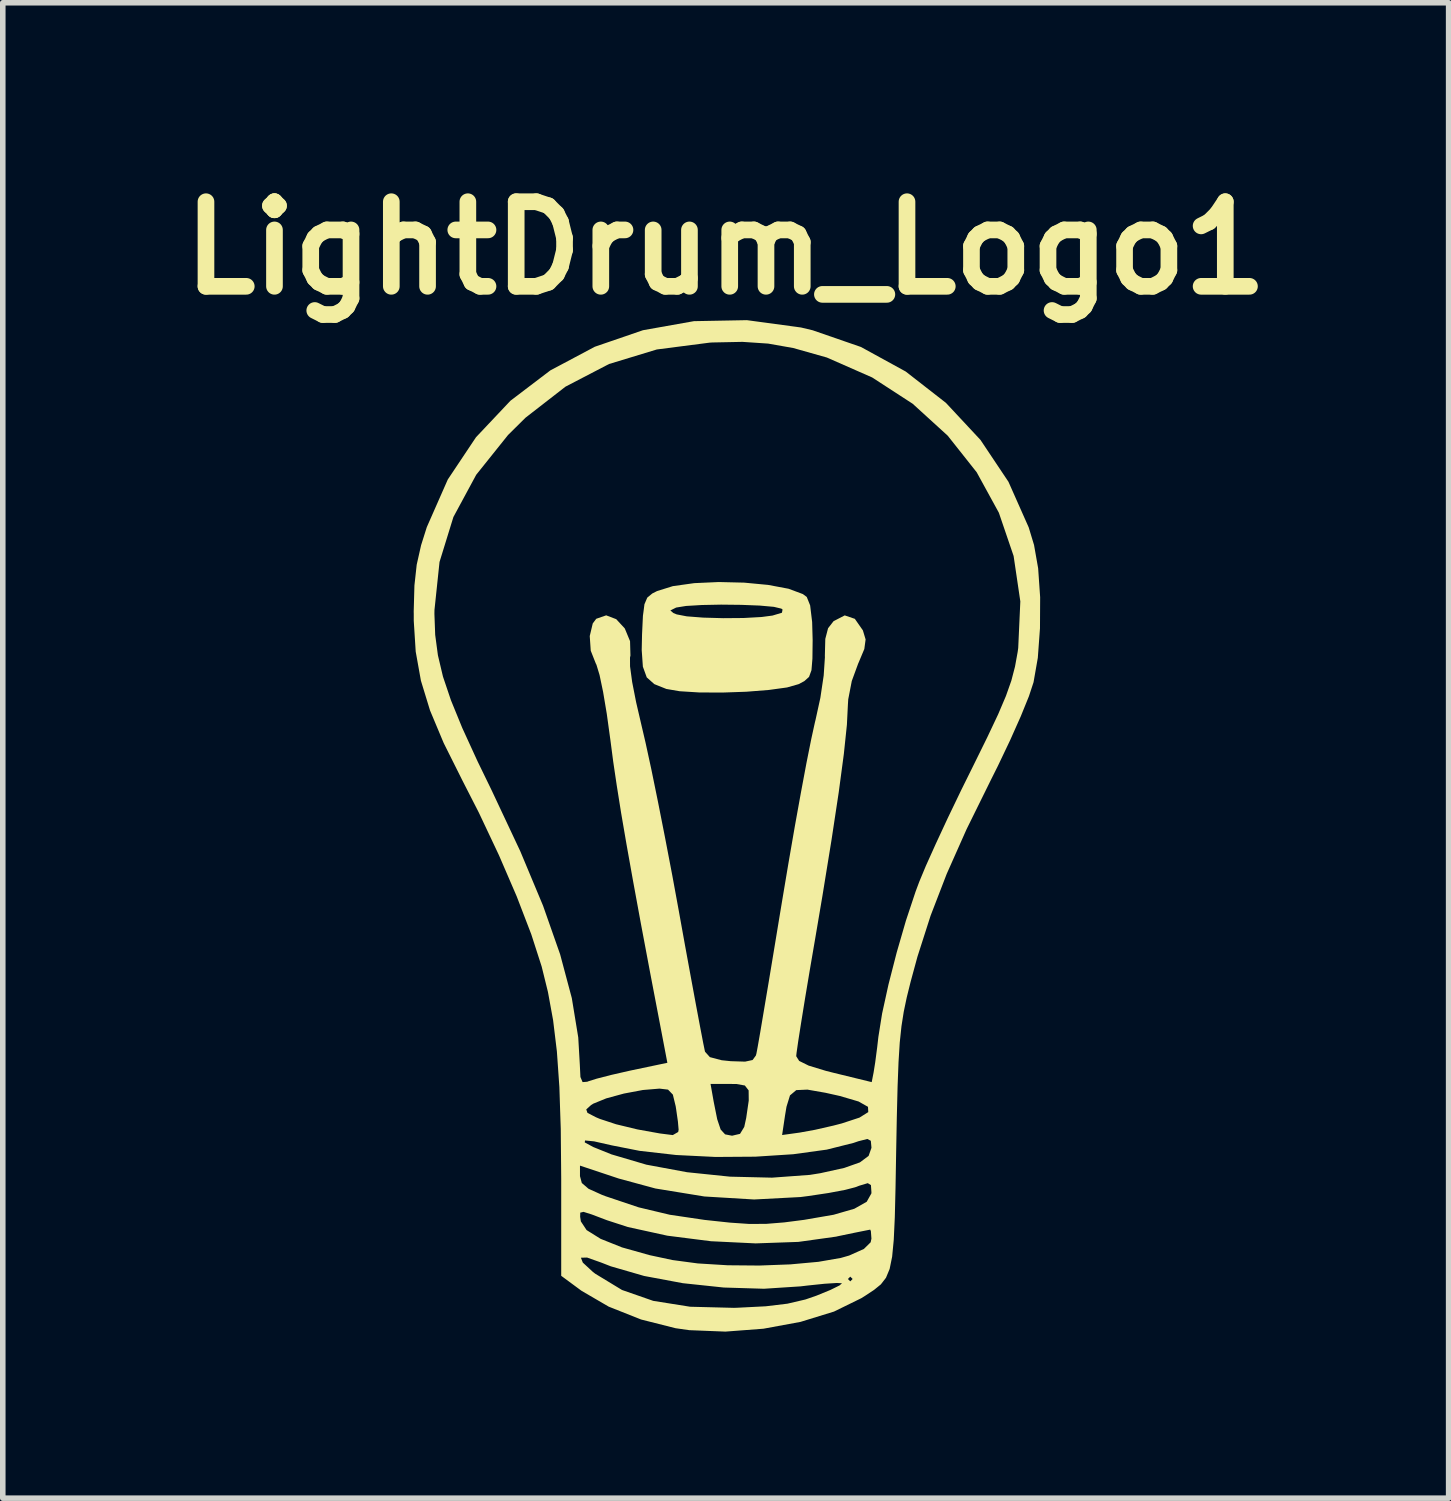
<source format=kicad_pcb>
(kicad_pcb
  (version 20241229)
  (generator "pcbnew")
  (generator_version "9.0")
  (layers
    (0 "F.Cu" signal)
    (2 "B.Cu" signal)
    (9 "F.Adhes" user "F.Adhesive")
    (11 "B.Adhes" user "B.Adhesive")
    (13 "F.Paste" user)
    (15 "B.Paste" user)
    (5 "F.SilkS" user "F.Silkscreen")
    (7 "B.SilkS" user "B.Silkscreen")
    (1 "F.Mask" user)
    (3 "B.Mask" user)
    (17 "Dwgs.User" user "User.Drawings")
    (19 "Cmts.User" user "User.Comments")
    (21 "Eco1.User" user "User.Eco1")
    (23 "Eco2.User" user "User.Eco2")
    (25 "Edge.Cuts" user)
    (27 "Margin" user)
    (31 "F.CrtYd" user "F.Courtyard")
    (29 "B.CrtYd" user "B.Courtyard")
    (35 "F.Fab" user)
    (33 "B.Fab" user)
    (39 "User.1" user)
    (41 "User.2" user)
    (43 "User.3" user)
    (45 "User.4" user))
  (footprint "LightDrum_Logo1"
    (layer "F.Cu")
    (at 10.022 11.818)
    (property "Reference" "LightDrum_Logo1" (at 0 -10.4 0) (layer "F.SilkS") (effects (font (size 1.524 1.524) (thickness 0.3))))
    (attr board_only exclude_from_pos_files exclude_from_bom)
    (fp_poly (pts (xy 0.333 -4.373) (xy 0.765 -4.332) (xy 1.132 -4.263) (xy 1.39 -4.167) (xy 1.46 -4.115) (xy 1.521 -3.963) (xy 1.557 -3.664) (xy 1.566 -3.339) (xy 1.562 -3.003) (xy 1.545 -2.796) (xy 1.501 -2.675) (xy 1.416 -2.599) (xy 1.312 -2.544) (xy 1.105 -2.485) (xy 0.777 -2.44) (xy 0.372 -2.408) (xy -0.061 -2.393) (xy -0.478 -2.395) (xy -0.83 -2.417) (xy -1.069 -2.458) (xy -1.286 -2.545) (xy -1.422 -2.666) (xy -1.492 -2.859) (xy -1.513 -3.159) (xy -1.507 -3.441) (xy -1.491 -3.776) (xy -1.478 -3.872) (xy -0.997 -3.872) (xy -0.943 -3.826) (xy -0.883 -3.801) (xy -0.702 -3.766) (xy -0.406 -3.743) (xy -0.047 -3.733) (xy 0.322 -3.736) (xy 0.646 -3.754) (xy 0.843 -3.78) (xy 1.013 -3.831) (xy 1.024 -3.889) (xy 1.002 -3.905) (xy 0.868 -3.937) (xy 0.612 -3.96) (xy 0.279 -3.973) (xy -0.084 -3.977) (xy -0.43 -3.97) (xy -0.714 -3.953) (xy -0.888 -3.925) (xy -0.897 -3.922) (xy -0.997 -3.872) (xy -1.478 -3.872) (xy -1.464 -3.983) (xy -1.413 -4.103) (xy -1.322 -4.178) (xy -1.237 -4.221) (xy -0.952 -4.31) (xy -0.567 -4.364) (xy -0.125 -4.384)) (stroke (width 0) (type solid)) (fill yes) (layer "F.SilkS"))
    (fp_poly (pts (xy 1.356 -8.969) (xy 1.566 -8.919) (xy 2.436 -8.618) (xy 3.242 -8.176) (xy 3.966 -7.612) (xy 4.589 -6.944) (xy 5.093 -6.19) (xy 5.458 -5.368) (xy 5.554 -5.051) (xy 5.628 -4.631) (xy 5.664 -4.11) (xy 5.661 -3.551) (xy 5.622 -3.019) (xy 5.545 -2.579) (xy 5.462 -2.327) (xy 5.315 -1.965) (xy 5.123 -1.534) (xy 4.903 -1.072) (xy 4.783 -0.832) (xy 4.339 0.068) (xy 3.981 0.873) (xy 3.691 1.625) (xy 3.454 2.364) (xy 3.331 2.816) (xy 3.261 3.098) (xy 3.207 3.356) (xy 3.166 3.617) (xy 3.135 3.91) (xy 3.113 4.263) (xy 3.096 4.705) (xy 3.082 5.264) (xy 3.071 5.842) (xy 3.059 6.524) (xy 3.046 7.057) (xy 3.027 7.465) (xy 2.998 7.768) (xy 2.953 7.989) (xy 2.887 8.148) (xy 2.795 8.267) (xy 2.672 8.367) (xy 2.513 8.472) (xy 2.441 8.517) (xy 1.951 8.757) (xy 1.347 8.943) (xy 0.679 9.066) (xy -0.005 9.118) (xy -0.656 9.092) (xy -0.902 9.057) (xy -1.524 8.9) (xy -2.108 8.668) (xy -2.592 8.386) (xy -2.608 8.375) (xy -2.963 8.113) (xy -2.963 7.787) (xy -2.608 7.787) (xy -2.574 7.875) (xy -2.393 8.042) (xy -2.349 8.076) (xy -1.868 8.368) (xy -1.306 8.564) (xy -0.641 8.67) (xy 0.149 8.69) (xy 0.212 8.688) (xy 0.721 8.662) (xy 1.112 8.615) (xy 1.437 8.539) (xy 1.636 8.47) (xy 1.885 8.368) (xy 2.051 8.286) (xy 2.095 8.247) (xy 2.001 8.242) (xy 1.781 8.256) (xy 1.475 8.288) (xy 1.348 8.303) (xy 0.689 8.346) (xy -0.035 8.324) (xy -0.772 8.246) (xy -1.178 8.17) (xy 2.201 8.17) (xy 2.244 8.213) (xy 2.286 8.17) (xy 2.244 8.128) (xy 2.201 8.17) (xy -1.178 8.17) (xy -1.468 8.116) (xy -2.069 7.942) (xy -2.246 7.873) (xy -2.497 7.784) (xy -2.608 7.787) (xy -2.963 7.787) (xy -2.963 7.049) (xy -2.622 7.049) (xy -2.609 7.133) (xy -2.506 7.289) (xy -2.253 7.447) (xy -1.868 7.601) (xy -1.37 7.741) (xy -0.959 7.829) (xy -0.502 7.89) (xy 0.035 7.923) (xy 0.605 7.928) (xy 1.165 7.907) (xy 1.669 7.861) (xy 2.073 7.791) (xy 2.223 7.748) (xy 2.489 7.629) (xy 2.611 7.509) (xy 2.625 7.443) (xy 2.615 7.309) (xy 2.603 7.281) (xy 2.517 7.298) (xy 2.308 7.34) (xy 2.02 7.4) (xy 1.99 7.407) (xy 1.309 7.502) (xy 0.539 7.529) (xy -0.266 7.49) (xy -1.052 7.39) (xy -1.763 7.234) (xy -2.138 7.112) (xy -2.412 7.008) (xy -2.561 6.961) (xy -2.62 6.975) (xy -2.622 7.049) (xy -2.963 7.049) (xy -2.963 6.362) (xy -2.965 6.128) (xy -2.625 6.128) (xy -2.625 6.318) (xy -2.592 6.441) (xy -2.471 6.545) (xy -2.228 6.655) (xy -2.159 6.681) (xy -1.57 6.879) (xy -1.008 7.013) (xy -0.38 7.106) (xy 0.077 7.155) (xy 0.427 7.179) (xy 0.732 7.177) (xy 1.053 7.151) (xy 1.411 7.105) (xy 1.944 7.013) (xy 2.317 6.905) (xy 2.54 6.779) (xy 2.624 6.629) (xy 2.625 6.608) (xy 2.616 6.479) (xy 2.559 6.444) (xy 2.406 6.49) (xy 2.332 6.518) (xy 2.151 6.565) (xy 1.854 6.621) (xy 1.494 6.675) (xy 1.348 6.694) (xy 0.512 6.738) (xy -0.384 6.684) (xy -1.266 6.54) (xy -1.926 6.361) (xy -2.625 6.128) (xy -2.965 6.128) (xy -2.969 5.71) (xy -2.539 5.71) (xy -2.384 5.794) (xy -2.069 5.921) (xy -2.063 5.924) (xy -1.429 6.111) (xy -0.696 6.247) (xy 0.078 6.327) (xy 0.834 6.345) (xy 1.515 6.295) (xy 1.703 6.265) (xy 2.134 6.17) (xy 2.417 6.07) (xy 2.574 5.953) (xy 2.625 5.809) (xy 2.625 5.799) (xy 2.614 5.681) (xy 2.552 5.648) (xy 2.393 5.688) (xy 2.302 5.719) (xy 1.82 5.84) (xy 1.216 5.923) (xy 0.533 5.967) (xy -0.184 5.972) (xy -0.893 5.937) (xy -1.551 5.862) (xy -2.048 5.764) (xy -2.371 5.691) (xy -2.534 5.675) (xy -2.539 5.71) (xy -2.969 5.71) (xy -2.971 5.468) (xy -2.983 5.116) (xy -2.512 5.116) (xy -2.49 5.178) (xy -2.337 5.257) (xy -2.266 5.287) (xy -1.975 5.383) (xy -1.59 5.476) (xy -1.184 5.549) (xy -0.953 5.578) (xy -0.856 5.522) (xy -0.848 5.482) (xy -0.861 5.333) (xy -0.894 5.103) (xy -0.901 5.059) (xy -0.952 4.849) (xy -1.039 4.759) (xy -1.192 4.741) (xy -1.492 4.766) (xy -1.833 4.83) (xy -2.152 4.917) (xy -2.385 5.012) (xy -2.425 5.037) (xy -2.512 5.116) (xy -2.983 5.116) (xy -2.996 4.714) (xy -3 4.657) (xy -0.273 4.657) (xy -0.217 4.974) (xy -0.153 5.293) (xy -0.091 5.478) (xy -0.011 5.565) (xy 0.106 5.588) (xy 0.122 5.588) (xy 0.167 5.577) (xy 1.016 5.577) (xy 1.333 5.533) (xy 1.608 5.483) (xy 1.941 5.407) (xy 2.091 5.368) (xy 2.41 5.263) (xy 2.568 5.164) (xy 2.563 5.069) (xy 2.393 4.973) (xy 2.057 4.874) (xy 1.797 4.816) (xy 1.471 4.759) (xy 1.271 4.768) (xy 1.158 4.863) (xy 1.095 5.067) (xy 1.069 5.223) (xy 1.016 5.577) (xy 0.167 5.577) (xy 0.258 5.556) (xy 0.334 5.431) (xy 0.369 5.271) (xy 0.415 4.956) (xy 0.413 4.773) (xy 0.345 4.685) (xy 0.195 4.658) (xy 0.075 4.657) (xy -0.273 4.657) (xy -3 4.657) (xy -3.041 4.071) (xy -3.109 3.509) (xy -3.202 3) (xy -3.315 2.542) (xy -3.502 1.962) (xy -3.764 1.28) (xy -4.085 0.536) (xy -4.447 -0.231) (xy -4.74 -0.804) (xy -5.08 -1.484) (xy -5.326 -2.071) (xy -5.49 -2.607) (xy -5.584 -3.131) (xy -5.619 -3.685) (xy -5.619 -3.81) (xy -5.247 -3.81) (xy -5.233 -3.432) (xy -5.184 -3.065) (xy -5.093 -2.681) (xy -4.949 -2.254) (xy -4.745 -1.755) (xy -4.471 -1.157) (xy -4.215 -0.63) (xy -3.7 0.466) (xy -3.29 1.447) (xy -2.982 2.324) (xy -2.772 3.111) (xy -2.656 3.82) (xy -2.628 4.306) (xy -2.617 4.532) (xy -2.578 4.624) (xy -2.493 4.617) (xy -2.477 4.61) (xy -2.324 4.562) (xy -2.06 4.494) (xy -1.736 4.42) (xy -1.689 4.41) (xy -1.051 4.276) (xy -1.156 3.725) (xy -1.357 2.675) (xy -1.527 1.773) (xy -1.669 1) (xy -1.787 0.34) (xy -1.884 -0.226) (xy -1.962 -0.716) (xy -2.026 -1.147) (xy -2.077 -1.538) (xy -2.081 -1.566) (xy -2.142 -2.009) (xy -2.208 -2.402) (xy -2.272 -2.708) (xy -2.328 -2.893) (xy -2.341 -2.919) (xy -2.431 -3.147) (xy -2.449 -3.411) (xy -2.395 -3.638) (xy -2.332 -3.722) (xy -2.153 -3.784) (xy -1.972 -3.715) (xy -1.818 -3.548) (xy -1.723 -3.319) (xy -1.716 -3.061) (xy -1.724 -3.022) (xy -1.723 -2.864) (xy -1.685 -2.583) (xy -1.614 -2.221) (xy -1.526 -1.842) (xy -1.444 -1.491) (xy -1.339 -1.007) (xy -1.22 -0.425) (xy -1.092 0.223) (xy -0.962 0.902) (xy -0.845 1.539) (xy -0.733 2.16) (xy -0.628 2.732) (xy -0.536 3.23) (xy -0.46 3.634) (xy -0.405 3.921) (xy -0.375 4.067) (xy -0.372 4.077) (xy -0.285 4.174) (xy -0.072 4.23) (xy 0.092 4.247) (xy 0.349 4.255) (xy 0.484 4.226) (xy 0.544 4.144) (xy 0.554 4.106) (xy 0.577 3.983) (xy 0.624 3.714) (xy 0.69 3.322) (xy 0.773 2.829) (xy 0.868 2.256) (xy 0.972 1.626) (xy 1.017 1.355) (xy 1.131 0.676) (xy 1.245 0.017) (xy 1.355 -0.592) (xy 1.455 -1.126) (xy 1.541 -1.555) (xy 1.606 -1.852) (xy 1.619 -1.905) (xy 1.705 -2.298) (xy 1.765 -2.7) (xy 1.787 -3.03) (xy 1.786 -3.055) (xy 1.794 -3.36) (xy 1.844 -3.552) (xy 1.943 -3.679) (xy 2.144 -3.783) (xy 2.326 -3.721) (xy 2.471 -3.513) (xy 2.52 -3.35) (xy 2.497 -3.178) (xy 2.393 -2.93) (xy 2.386 -2.915) (xy 2.271 -2.601) (xy 2.207 -2.271) (xy 2.201 -2.173) (xy 2.183 -1.812) (xy 2.128 -1.287) (xy 2.036 -0.597) (xy 1.907 0.255) (xy 1.742 1.271) (xy 1.613 2.032) (xy 1.516 2.598) (xy 1.43 3.112) (xy 1.359 3.551) (xy 1.306 3.888) (xy 1.276 4.099) (xy 1.27 4.157) (xy 1.323 4.242) (xy 1.495 4.327) (xy 1.807 4.422) (xy 1.95 4.458) (xy 2.63 4.624) (xy 2.664 4.45) (xy 2.693 4.268) (xy 2.729 3.993) (xy 2.75 3.81) (xy 2.817 3.39) (xy 2.932 2.866) (xy 3.08 2.289) (xy 3.247 1.713) (xy 3.421 1.19) (xy 3.486 1.016) (xy 3.605 0.73) (xy 3.784 0.332) (xy 4.003 -0.139) (xy 4.246 -0.644) (xy 4.451 -1.058) (xy 4.713 -1.59) (xy 4.908 -2.003) (xy 5.048 -2.332) (xy 5.145 -2.607) (xy 5.211 -2.86) (xy 5.259 -3.124) (xy 5.269 -3.196) (xy 5.307 -4.035) (xy 5.186 -4.853) (xy 4.92 -5.633) (xy 4.521 -6.361) (xy 3.999 -7.02) (xy 3.368 -7.595) (xy 2.638 -8.069) (xy 1.822 -8.428) (xy 1.217 -8.599) (xy 0.764 -8.679) (xy 0.302 -8.71) (xy -0.242 -8.699) (xy -0.289 -8.696) (xy -1.241 -8.573) (xy -2.102 -8.311) (xy -2.886 -7.903) (xy -3.606 -7.344) (xy -3.921 -7.032) (xy -4.494 -6.316) (xy -4.905 -5.555) (xy -5.155 -4.745) (xy -5.246 -3.88) (xy -5.247 -3.81) (xy -5.619 -3.81) (xy -5.62 -3.852) (xy -5.607 -4.322) (xy -5.566 -4.696) (xy -5.487 -5.047) (xy -5.384 -5.373) (xy -5.006 -6.231) (xy -4.498 -6.992) (xy -3.877 -7.65) (xy -3.159 -8.196) (xy -2.358 -8.622) (xy -1.49 -8.92) (xy -0.572 -9.083) (xy 0.382 -9.101)) (stroke (width 0) (type solid)) (fill yes) (layer "F.SilkS")))
  (gr_rect
    (start -3 -3)
    (end 23.044 23.936)
    (stroke (width 0.1) (type default))
    (fill no)
    (layer "Edge.Cuts")))
</source>
